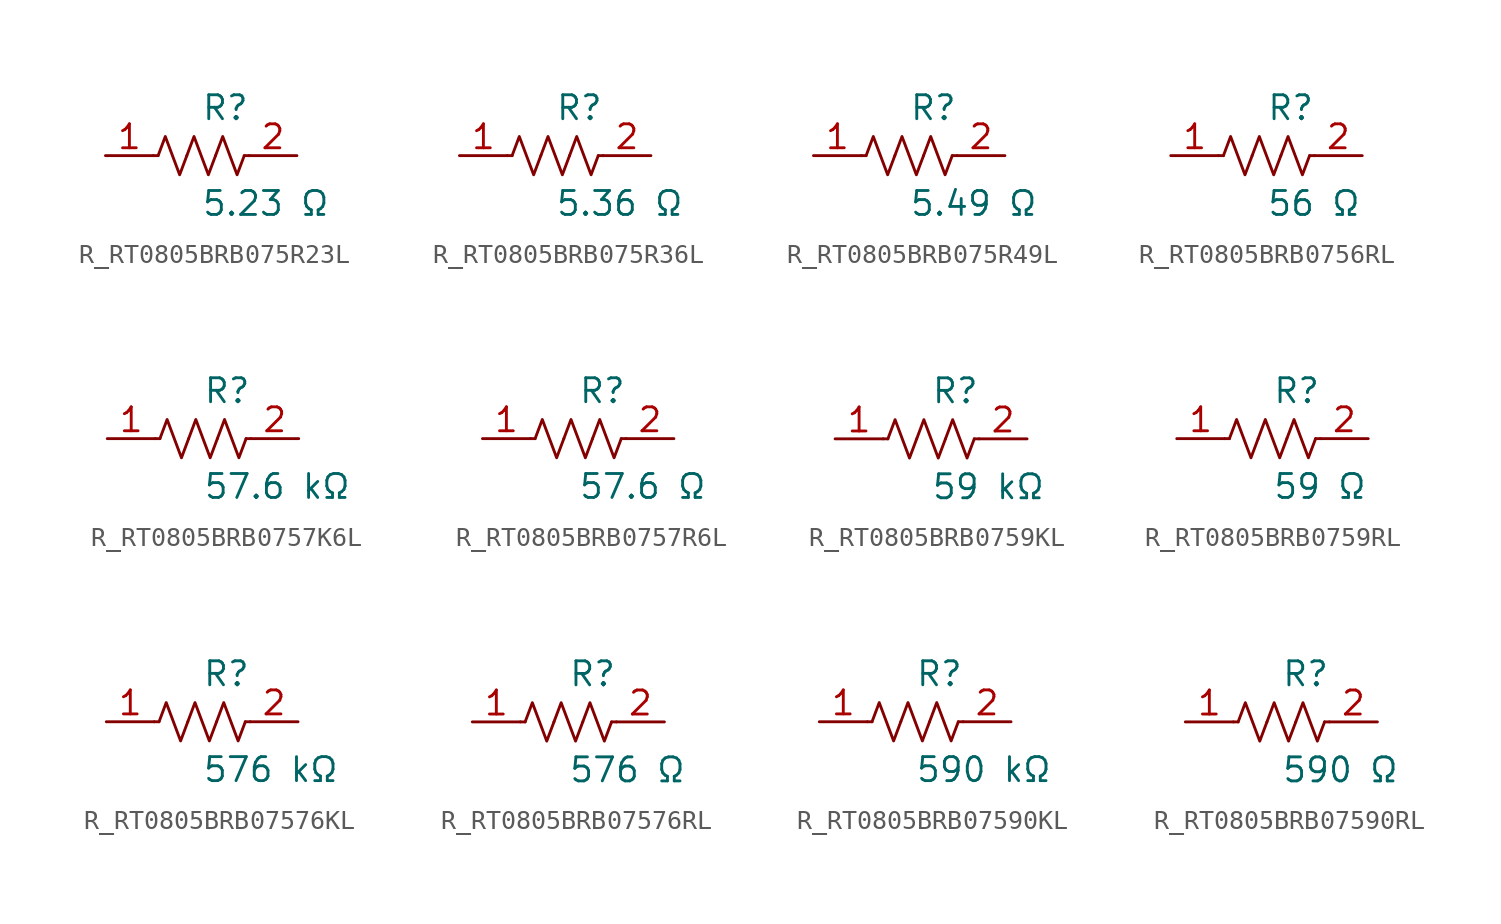
<source format=kicad_sym>
(kicad_symbol_lib
  (version 20231120)
  (generator kicad_symbol_editor)
  (generator_version 8.0)
  (symbol "R_RT0805BRB075R23L"
    (pin_names
      (offset 0.254))
    (property "Reference" "R"
      (at 0 2.54 0)
      (effects (font (size 1.27 1.27)) (justify left)))
    (property "Value" "5.23 Ω"
      (at 0 -2.54 0)
      (effects (font (size 1.27 1.27)) (justify left)))
    (symbol "R_RT0805BRB075R23L_0_1"
      (polyline (pts (xy 2.286 0) (xy 2.54 0)) (stroke (width 0) (type default)) (fill (type none)))
      (polyline (pts (xy -2.286 0) (xy -2.54 0)) (stroke (width 0) (type default)) (fill (type none)))
      (polyline (pts (xy 0.762 0) (xy 1.143 1.016) (xy 1.524 0) (xy 1.905 -1.016) (xy 2.286 0)) (stroke (width 0) (type default)) (fill (type none)))
      (polyline (pts (xy -0.762 0) (xy -0.381 1.016) (xy 0 0) (xy 0.381 -1.016) (xy 0.762 0)) (stroke (width 0) (type default)) (fill (type none)))
      (polyline (pts (xy -2.286 0) (xy -1.905 1.016) (xy -1.524 0) (xy -1.143 -1.016) (xy -0.762 0)) (stroke (width 0) (type default)) (fill (type none))))
    (pin unspecified line
      (at -5.08 0 0)
      (length 2.54)
      (name "" (effects (font (size 1.27 1.27))))
      (number "1" (effects (font (size 1.27 1.27)))))
    (pin unspecified line
      (at 5.08 0 180)
      (length 2.54)
      (name "" (effects (font (size 1.27 1.27))))
      (number "2" (effects (font (size 1.27 1.27))))))
  (symbol "R_RT0805BRB075R36L"
    (pin_names
      (offset 0.254))
    (property "Reference" "R"
      (at 0 2.54 0)
      (effects (font (size 1.27 1.27)) (justify left)))
    (property "Value" "5.36 Ω"
      (at 0 -2.54 0)
      (effects (font (size 1.27 1.27)) (justify left)))
    (symbol "R_RT0805BRB075R36L_0_1"
      (polyline (pts (xy 2.286 0) (xy 2.54 0)) (stroke (width 0) (type default)) (fill (type none)))
      (polyline (pts (xy -2.286 0) (xy -2.54 0)) (stroke (width 0) (type default)) (fill (type none)))
      (polyline (pts (xy 0.762 0) (xy 1.143 1.016) (xy 1.524 0) (xy 1.905 -1.016) (xy 2.286 0)) (stroke (width 0) (type default)) (fill (type none)))
      (polyline (pts (xy -0.762 0) (xy -0.381 1.016) (xy 0 0) (xy 0.381 -1.016) (xy 0.762 0)) (stroke (width 0) (type default)) (fill (type none)))
      (polyline (pts (xy -2.286 0) (xy -1.905 1.016) (xy -1.524 0) (xy -1.143 -1.016) (xy -0.762 0)) (stroke (width 0) (type default)) (fill (type none))))
    (pin unspecified line
      (at -5.08 0 0)
      (length 2.54)
      (name "" (effects (font (size 1.27 1.27))))
      (number "1" (effects (font (size 1.27 1.27)))))
    (pin unspecified line
      (at 5.08 0 180)
      (length 2.54)
      (name "" (effects (font (size 1.27 1.27))))
      (number "2" (effects (font (size 1.27 1.27))))))
  (symbol "R_RT0805BRB075R49L"
    (pin_names
      (offset 0.254))
    (property "Reference" "R"
      (at 0 2.54 0)
      (effects (font (size 1.27 1.27)) (justify left)))
    (property "Value" "5.49 Ω"
      (at 0 -2.54 0)
      (effects (font (size 1.27 1.27)) (justify left)))
    (symbol "R_RT0805BRB075R49L_0_1"
      (polyline (pts (xy 2.286 0) (xy 2.54 0)) (stroke (width 0) (type default)) (fill (type none)))
      (polyline (pts (xy -2.286 0) (xy -2.54 0)) (stroke (width 0) (type default)) (fill (type none)))
      (polyline (pts (xy 0.762 0) (xy 1.143 1.016) (xy 1.524 0) (xy 1.905 -1.016) (xy 2.286 0)) (stroke (width 0) (type default)) (fill (type none)))
      (polyline (pts (xy -0.762 0) (xy -0.381 1.016) (xy 0 0) (xy 0.381 -1.016) (xy 0.762 0)) (stroke (width 0) (type default)) (fill (type none)))
      (polyline (pts (xy -2.286 0) (xy -1.905 1.016) (xy -1.524 0) (xy -1.143 -1.016) (xy -0.762 0)) (stroke (width 0) (type default)) (fill (type none))))
    (pin unspecified line
      (at -5.08 0 0)
      (length 2.54)
      (name "" (effects (font (size 1.27 1.27))))
      (number "1" (effects (font (size 1.27 1.27)))))
    (pin unspecified line
      (at 5.08 0 180)
      (length 2.54)
      (name "" (effects (font (size 1.27 1.27))))
      (number "2" (effects (font (size 1.27 1.27))))))
  (symbol "R_RT0805BRB0756RL"
    (pin_names
      (offset 0.254))
    (property "Reference" "R"
      (at 0 2.54 0)
      (effects (font (size 1.27 1.27)) (justify left)))
    (property "Value" "56 Ω"
      (at 0 -2.54 0)
      (effects (font (size 1.27 1.27)) (justify left)))
    (symbol "R_RT0805BRB0756RL_0_1"
      (polyline (pts (xy 2.286 0) (xy 2.54 0)) (stroke (width 0) (type default)) (fill (type none)))
      (polyline (pts (xy -2.286 0) (xy -2.54 0)) (stroke (width 0) (type default)) (fill (type none)))
      (polyline (pts (xy 0.762 0) (xy 1.143 1.016) (xy 1.524 0) (xy 1.905 -1.016) (xy 2.286 0)) (stroke (width 0) (type default)) (fill (type none)))
      (polyline (pts (xy -0.762 0) (xy -0.381 1.016) (xy 0 0) (xy 0.381 -1.016) (xy 0.762 0)) (stroke (width 0) (type default)) (fill (type none)))
      (polyline (pts (xy -2.286 0) (xy -1.905 1.016) (xy -1.524 0) (xy -1.143 -1.016) (xy -0.762 0)) (stroke (width 0) (type default)) (fill (type none))))
    (pin unspecified line
      (at -5.08 0 0)
      (length 2.54)
      (name "" (effects (font (size 1.27 1.27))))
      (number "1" (effects (font (size 1.27 1.27)))))
    (pin unspecified line
      (at 5.08 0 180)
      (length 2.54)
      (name "" (effects (font (size 1.27 1.27))))
      (number "2" (effects (font (size 1.27 1.27))))))
  (symbol "R_RT0805BRB0757K6L"
    (pin_names
      (offset 0.254))
    (property "Reference" "R"
      (at 0 2.54 0)
      (effects (font (size 1.27 1.27)) (justify left)))
    (property "Value" "57.6 kΩ"
      (at 0 -2.54 0)
      (effects (font (size 1.27 1.27)) (justify left)))
    (symbol "R_RT0805BRB0757K6L_0_1"
      (polyline (pts (xy 2.286 0) (xy 2.54 0)) (stroke (width 0) (type default)) (fill (type none)))
      (polyline (pts (xy -2.286 0) (xy -2.54 0)) (stroke (width 0) (type default)) (fill (type none)))
      (polyline (pts (xy 0.762 0) (xy 1.143 1.016) (xy 1.524 0) (xy 1.905 -1.016) (xy 2.286 0)) (stroke (width 0) (type default)) (fill (type none)))
      (polyline (pts (xy -0.762 0) (xy -0.381 1.016) (xy 0 0) (xy 0.381 -1.016) (xy 0.762 0)) (stroke (width 0) (type default)) (fill (type none)))
      (polyline (pts (xy -2.286 0) (xy -1.905 1.016) (xy -1.524 0) (xy -1.143 -1.016) (xy -0.762 0)) (stroke (width 0) (type default)) (fill (type none))))
    (pin unspecified line
      (at -5.08 0 0)
      (length 2.54)
      (name "" (effects (font (size 1.27 1.27))))
      (number "1" (effects (font (size 1.27 1.27)))))
    (pin unspecified line
      (at 5.08 0 180)
      (length 2.54)
      (name "" (effects (font (size 1.27 1.27))))
      (number "2" (effects (font (size 1.27 1.27))))))
  (symbol "R_RT0805BRB0757R6L"
    (pin_names
      (offset 0.254))
    (property "Reference" "R"
      (at 0 2.54 0)
      (effects (font (size 1.27 1.27)) (justify left)))
    (property "Value" "57.6 Ω"
      (at 0 -2.54 0)
      (effects (font (size 1.27 1.27)) (justify left)))
    (symbol "R_RT0805BRB0757R6L_0_1"
      (polyline (pts (xy 2.286 0) (xy 2.54 0)) (stroke (width 0) (type default)) (fill (type none)))
      (polyline (pts (xy -2.286 0) (xy -2.54 0)) (stroke (width 0) (type default)) (fill (type none)))
      (polyline (pts (xy 0.762 0) (xy 1.143 1.016) (xy 1.524 0) (xy 1.905 -1.016) (xy 2.286 0)) (stroke (width 0) (type default)) (fill (type none)))
      (polyline (pts (xy -0.762 0) (xy -0.381 1.016) (xy 0 0) (xy 0.381 -1.016) (xy 0.762 0)) (stroke (width 0) (type default)) (fill (type none)))
      (polyline (pts (xy -2.286 0) (xy -1.905 1.016) (xy -1.524 0) (xy -1.143 -1.016) (xy -0.762 0)) (stroke (width 0) (type default)) (fill (type none))))
    (pin unspecified line
      (at -5.08 0 0)
      (length 2.54)
      (name "" (effects (font (size 1.27 1.27))))
      (number "1" (effects (font (size 1.27 1.27)))))
    (pin unspecified line
      (at 5.08 0 180)
      (length 2.54)
      (name "" (effects (font (size 1.27 1.27))))
      (number "2" (effects (font (size 1.27 1.27))))))
  (symbol "R_RT0805BRB0759KL"
    (pin_names
      (offset 0.254))
    (property "Reference" "R"
      (at 0 2.54 0)
      (effects (font (size 1.27 1.27)) (justify left)))
    (property "Value" "59 kΩ"
      (at 0 -2.54 0)
      (effects (font (size 1.27 1.27)) (justify left)))
    (symbol "R_RT0805BRB0759KL_0_1"
      (polyline (pts (xy 2.286 0) (xy 2.54 0)) (stroke (width 0) (type default)) (fill (type none)))
      (polyline (pts (xy -2.286 0) (xy -2.54 0)) (stroke (width 0) (type default)) (fill (type none)))
      (polyline (pts (xy 0.762 0) (xy 1.143 1.016) (xy 1.524 0) (xy 1.905 -1.016) (xy 2.286 0)) (stroke (width 0) (type default)) (fill (type none)))
      (polyline (pts (xy -0.762 0) (xy -0.381 1.016) (xy 0 0) (xy 0.381 -1.016) (xy 0.762 0)) (stroke (width 0) (type default)) (fill (type none)))
      (polyline (pts (xy -2.286 0) (xy -1.905 1.016) (xy -1.524 0) (xy -1.143 -1.016) (xy -0.762 0)) (stroke (width 0) (type default)) (fill (type none))))
    (pin unspecified line
      (at -5.08 0 0)
      (length 2.54)
      (name "" (effects (font (size 1.27 1.27))))
      (number "1" (effects (font (size 1.27 1.27)))))
    (pin unspecified line
      (at 5.08 0 180)
      (length 2.54)
      (name "" (effects (font (size 1.27 1.27))))
      (number "2" (effects (font (size 1.27 1.27))))))
  (symbol "R_RT0805BRB0759RL"
    (pin_names
      (offset 0.254))
    (property "Reference" "R"
      (at 0 2.54 0)
      (effects (font (size 1.27 1.27)) (justify left)))
    (property "Value" "59 Ω"
      (at 0 -2.54 0)
      (effects (font (size 1.27 1.27)) (justify left)))
    (symbol "R_RT0805BRB0759RL_0_1"
      (polyline (pts (xy 2.286 0) (xy 2.54 0)) (stroke (width 0) (type default)) (fill (type none)))
      (polyline (pts (xy -2.286 0) (xy -2.54 0)) (stroke (width 0) (type default)) (fill (type none)))
      (polyline (pts (xy 0.762 0) (xy 1.143 1.016) (xy 1.524 0) (xy 1.905 -1.016) (xy 2.286 0)) (stroke (width 0) (type default)) (fill (type none)))
      (polyline (pts (xy -0.762 0) (xy -0.381 1.016) (xy 0 0) (xy 0.381 -1.016) (xy 0.762 0)) (stroke (width 0) (type default)) (fill (type none)))
      (polyline (pts (xy -2.286 0) (xy -1.905 1.016) (xy -1.524 0) (xy -1.143 -1.016) (xy -0.762 0)) (stroke (width 0) (type default)) (fill (type none))))
    (pin unspecified line
      (at -5.08 0 0)
      (length 2.54)
      (name "" (effects (font (size 1.27 1.27))))
      (number "1" (effects (font (size 1.27 1.27)))))
    (pin unspecified line
      (at 5.08 0 180)
      (length 2.54)
      (name "" (effects (font (size 1.27 1.27))))
      (number "2" (effects (font (size 1.27 1.27))))))
  (symbol "R_RT0805BRB07576KL"
    (pin_names
      (offset 0.254))
    (property "Reference" "R"
      (at 0 2.54 0)
      (effects (font (size 1.27 1.27)) (justify left)))
    (property "Value" "576 kΩ"
      (at 0 -2.54 0)
      (effects (font (size 1.27 1.27)) (justify left)))
    (symbol "R_RT0805BRB07576KL_0_1"
      (polyline (pts (xy 2.286 0) (xy 2.54 0)) (stroke (width 0) (type default)) (fill (type none)))
      (polyline (pts (xy -2.286 0) (xy -2.54 0)) (stroke (width 0) (type default)) (fill (type none)))
      (polyline (pts (xy 0.762 0) (xy 1.143 1.016) (xy 1.524 0) (xy 1.905 -1.016) (xy 2.286 0)) (stroke (width 0) (type default)) (fill (type none)))
      (polyline (pts (xy -0.762 0) (xy -0.381 1.016) (xy 0 0) (xy 0.381 -1.016) (xy 0.762 0)) (stroke (width 0) (type default)) (fill (type none)))
      (polyline (pts (xy -2.286 0) (xy -1.905 1.016) (xy -1.524 0) (xy -1.143 -1.016) (xy -0.762 0)) (stroke (width 0) (type default)) (fill (type none))))
    (pin unspecified line
      (at -5.08 0 0)
      (length 2.54)
      (name "" (effects (font (size 1.27 1.27))))
      (number "1" (effects (font (size 1.27 1.27)))))
    (pin unspecified line
      (at 5.08 0 180)
      (length 2.54)
      (name "" (effects (font (size 1.27 1.27))))
      (number "2" (effects (font (size 1.27 1.27))))))
  (symbol "R_RT0805BRB07576RL"
    (pin_names
      (offset 0.254))
    (property "Reference" "R"
      (at 0 2.54 0)
      (effects (font (size 1.27 1.27)) (justify left)))
    (property "Value" "576 Ω"
      (at 0 -2.54 0)
      (effects (font (size 1.27 1.27)) (justify left)))
    (symbol "R_RT0805BRB07576RL_0_1"
      (polyline (pts (xy 2.286 0) (xy 2.54 0)) (stroke (width 0) (type default)) (fill (type none)))
      (polyline (pts (xy -2.286 0) (xy -2.54 0)) (stroke (width 0) (type default)) (fill (type none)))
      (polyline (pts (xy 0.762 0) (xy 1.143 1.016) (xy 1.524 0) (xy 1.905 -1.016) (xy 2.286 0)) (stroke (width 0) (type default)) (fill (type none)))
      (polyline (pts (xy -0.762 0) (xy -0.381 1.016) (xy 0 0) (xy 0.381 -1.016) (xy 0.762 0)) (stroke (width 0) (type default)) (fill (type none)))
      (polyline (pts (xy -2.286 0) (xy -1.905 1.016) (xy -1.524 0) (xy -1.143 -1.016) (xy -0.762 0)) (stroke (width 0) (type default)) (fill (type none))))
    (pin unspecified line
      (at -5.08 0 0)
      (length 2.54)
      (name "" (effects (font (size 1.27 1.27))))
      (number "1" (effects (font (size 1.27 1.27)))))
    (pin unspecified line
      (at 5.08 0 180)
      (length 2.54)
      (name "" (effects (font (size 1.27 1.27))))
      (number "2" (effects (font (size 1.27 1.27))))))
  (symbol "R_RT0805BRB07590KL"
    (pin_names
      (offset 0.254))
    (property "Reference" "R"
      (at 0 2.54 0)
      (effects (font (size 1.27 1.27)) (justify left)))
    (property "Value" "590 kΩ"
      (at 0 -2.54 0)
      (effects (font (size 1.27 1.27)) (justify left)))
    (symbol "R_RT0805BRB07590KL_0_1"
      (polyline (pts (xy 2.286 0) (xy 2.54 0)) (stroke (width 0) (type default)) (fill (type none)))
      (polyline (pts (xy -2.286 0) (xy -2.54 0)) (stroke (width 0) (type default)) (fill (type none)))
      (polyline (pts (xy 0.762 0) (xy 1.143 1.016) (xy 1.524 0) (xy 1.905 -1.016) (xy 2.286 0)) (stroke (width 0) (type default)) (fill (type none)))
      (polyline (pts (xy -0.762 0) (xy -0.381 1.016) (xy 0 0) (xy 0.381 -1.016) (xy 0.762 0)) (stroke (width 0) (type default)) (fill (type none)))
      (polyline (pts (xy -2.286 0) (xy -1.905 1.016) (xy -1.524 0) (xy -1.143 -1.016) (xy -0.762 0)) (stroke (width 0) (type default)) (fill (type none))))
    (pin unspecified line
      (at -5.08 0 0)
      (length 2.54)
      (name "" (effects (font (size 1.27 1.27))))
      (number "1" (effects (font (size 1.27 1.27)))))
    (pin unspecified line
      (at 5.08 0 180)
      (length 2.54)
      (name "" (effects (font (size 1.27 1.27))))
      (number "2" (effects (font (size 1.27 1.27))))))
  (symbol "R_RT0805BRB07590RL"
    (pin_names
      (offset 0.254))
    (property "Reference" "R"
      (at 0 2.54 0)
      (effects (font (size 1.27 1.27)) (justify left)))
    (property "Value" "590 Ω"
      (at 0 -2.54 0)
      (effects (font (size 1.27 1.27)) (justify left)))
    (symbol "R_RT0805BRB07590RL_0_1"
      (polyline (pts (xy 2.286 0) (xy 2.54 0)) (stroke (width 0) (type default)) (fill (type none)))
      (polyline (pts (xy -2.286 0) (xy -2.54 0)) (stroke (width 0) (type default)) (fill (type none)))
      (polyline (pts (xy 0.762 0) (xy 1.143 1.016) (xy 1.524 0) (xy 1.905 -1.016) (xy 2.286 0)) (stroke (width 0) (type default)) (fill (type none)))
      (polyline (pts (xy -0.762 0) (xy -0.381 1.016) (xy 0 0) (xy 0.381 -1.016) (xy 0.762 0)) (stroke (width 0) (type default)) (fill (type none)))
      (polyline (pts (xy -2.286 0) (xy -1.905 1.016) (xy -1.524 0) (xy -1.143 -1.016) (xy -0.762 0)) (stroke (width 0) (type default)) (fill (type none))))
    (pin unspecified line
      (at -5.08 0 0)
      (length 2.54)
      (name "" (effects (font (size 1.27 1.27))))
      (number "1" (effects (font (size 1.27 1.27)))))
    (pin unspecified line
      (at 5.08 0 180)
      (length 2.54)
      (name "" (effects (font (size 1.27 1.27))))
      (number "2" (effects (font (size 1.27 1.27)))))))
</source>
